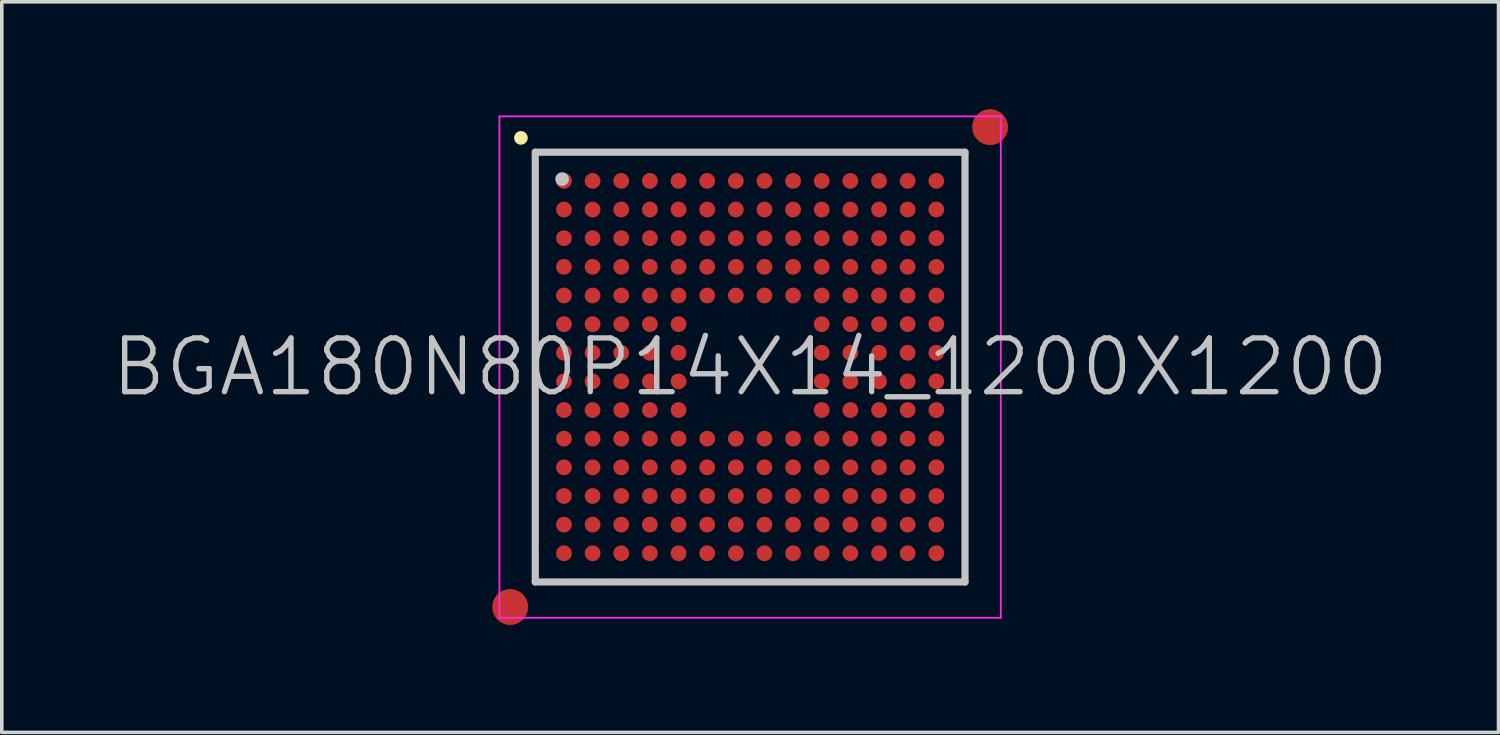
<source format=kicad_pcb>
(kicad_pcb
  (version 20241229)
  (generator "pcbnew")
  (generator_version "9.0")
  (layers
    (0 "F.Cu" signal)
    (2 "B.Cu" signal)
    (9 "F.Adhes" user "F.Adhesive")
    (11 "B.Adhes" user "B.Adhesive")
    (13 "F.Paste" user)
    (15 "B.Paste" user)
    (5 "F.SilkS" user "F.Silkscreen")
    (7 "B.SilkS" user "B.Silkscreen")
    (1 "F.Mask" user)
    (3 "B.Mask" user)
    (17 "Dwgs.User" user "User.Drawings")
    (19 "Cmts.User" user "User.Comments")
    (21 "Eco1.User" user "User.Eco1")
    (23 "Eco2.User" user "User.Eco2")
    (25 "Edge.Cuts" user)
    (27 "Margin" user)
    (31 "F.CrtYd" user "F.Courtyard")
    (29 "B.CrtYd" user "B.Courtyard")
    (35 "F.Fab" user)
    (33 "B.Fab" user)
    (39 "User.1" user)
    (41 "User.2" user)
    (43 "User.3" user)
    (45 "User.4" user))
  (footprint "BGA180N80P14X14_1200X1200"
    (layer "F.Cu")
    (at 17.896 7.2)
    (property "Reference" "BGA180N80P14X14_1200X1200" (at 0 0 0) (layer "Dwgs.User") (effects (font (size 1.5 1.5) (thickness 0.15))))
    (attr smd)
    (fp_line (start -6.4 -6.4) (end -6.4 -6.4) (stroke (width 0.381) (type solid)) (layer "F.SilkS"))
    (fp_line (start -6 -6) (end -6 6) (stroke (width 0.2) (type solid)) (layer "Dwgs.User"))
    (fp_line (start -6 -6) (end 6 -6) (stroke (width 0.2) (type solid)) (layer "Dwgs.User"))
    (fp_line (start -6 6) (end 6 6) (stroke (width 0.2) (type solid)) (layer "Dwgs.User"))
    (fp_line (start -5.25 -5.25) (end -5.25 -5.25) (stroke (width 0.381) (type solid)) (layer "Dwgs.User"))
    (fp_line (start 6 -6) (end 6 6) (stroke (width 0.2) (type solid)) (layer "Dwgs.User"))
    (fp_line (start -7 -7) (end -7 7) (stroke (width 0.05) (type solid)) (layer "F.CrtYd"))
    (fp_line (start -7 -7) (end 7 -7) (stroke (width 0.05) (type solid)) (layer "F.CrtYd"))
    (fp_line (start -7 7) (end 7 7) (stroke (width 0.05) (type solid)) (layer "F.CrtYd"))
    (fp_line (start 7 -7) (end 7 7) (stroke (width 0.05) (type solid)) (layer "F.CrtYd"))
    (pad "" smd circle (at -6.7 6.7) (size 1 1) (layers "F.Cu" "F.Mask"))
    (pad "" smd circle (at 6.7 -6.7) (size 1 1) (layers "F.Cu" "F.Mask"))
    (pad "A1" smd circle (at -5.199 -5.199 270) (size 0.44 0.44) (layers "F.Cu" "F.Mask" "F.Paste"))
    (pad "A2" smd circle (at -4.399 -5.199 270) (size 0.44 0.44) (layers "F.Cu" "F.Mask" "F.Paste"))
    (pad "A3" smd circle (at -3.599 -5.199 270) (size 0.44 0.44) (layers "F.Cu" "F.Mask" "F.Paste"))
    (pad "A4" smd circle (at -2.799 -5.199 270) (size 0.44 0.44) (layers "F.Cu" "F.Mask" "F.Paste"))
    (pad "A5" smd circle (at -1.999 -5.199 270) (size 0.44 0.44) (layers "F.Cu" "F.Mask" "F.Paste"))
    (pad "A6" smd circle (at -1.199 -5.199 270) (size 0.44 0.44) (layers "F.Cu" "F.Mask" "F.Paste"))
    (pad "A7" smd circle (at -0.399 -5.199 270) (size 0.44 0.44) (layers "F.Cu" "F.Mask" "F.Paste"))
    (pad "A8" smd circle (at 0.399 -5.199 270) (size 0.44 0.44) (layers "F.Cu" "F.Mask" "F.Paste"))
    (pad "A9" smd circle (at 1.199 -5.199 270) (size 0.44 0.44) (layers "F.Cu" "F.Mask" "F.Paste"))
    (pad "A10" smd circle (at 1.999 -5.199 270) (size 0.44 0.44) (layers "F.Cu" "F.Mask" "F.Paste"))
    (pad "A11" smd circle (at 2.799 -5.199 270) (size 0.44 0.44) (layers "F.Cu" "F.Mask" "F.Paste"))
    (pad "A12" smd circle (at 3.599 -5.199 270) (size 0.44 0.44) (layers "F.Cu" "F.Mask" "F.Paste"))
    (pad "A13" smd circle (at 4.399 -5.199 270) (size 0.44 0.44) (layers "F.Cu" "F.Mask" "F.Paste"))
    (pad "A14" smd circle (at 5.199 -5.199 270) (size 0.44 0.44) (layers "F.Cu" "F.Mask" "F.Paste"))
    (pad "B1" smd circle (at -5.199 -4.399 270) (size 0.44 0.44) (layers "F.Cu" "F.Mask" "F.Paste"))
    (pad "B2" smd circle (at -4.399 -4.399 270) (size 0.44 0.44) (layers "F.Cu" "F.Mask" "F.Paste"))
    (pad "B3" smd circle (at -3.599 -4.399 270) (size 0.44 0.44) (layers "F.Cu" "F.Mask" "F.Paste"))
    (pad "B4" smd circle (at -2.799 -4.399 270) (size 0.44 0.44) (layers "F.Cu" "F.Mask" "F.Paste"))
    (pad "B5" smd circle (at -1.999 -4.399 270) (size 0.44 0.44) (layers "F.Cu" "F.Mask" "F.Paste"))
    (pad "B6" smd circle (at -1.199 -4.399 270) (size 0.44 0.44) (layers "F.Cu" "F.Mask" "F.Paste"))
    (pad "B7" smd circle (at -0.399 -4.399 270) (size 0.44 0.44) (layers "F.Cu" "F.Mask" "F.Paste"))
    (pad "B8" smd circle (at 0.399 -4.399 270) (size 0.44 0.44) (layers "F.Cu" "F.Mask" "F.Paste"))
    (pad "B9" smd circle (at 1.199 -4.399 270) (size 0.44 0.44) (layers "F.Cu" "F.Mask" "F.Paste"))
    (pad "B10" smd circle (at 1.999 -4.399 270) (size 0.44 0.44) (layers "F.Cu" "F.Mask" "F.Paste"))
    (pad "B11" smd circle (at 2.799 -4.399 270) (size 0.44 0.44) (layers "F.Cu" "F.Mask" "F.Paste"))
    (pad "B12" smd circle (at 3.599 -4.399 270) (size 0.44 0.44) (layers "F.Cu" "F.Mask" "F.Paste"))
    (pad "B13" smd circle (at 4.399 -4.399 270) (size 0.44 0.44) (layers "F.Cu" "F.Mask" "F.Paste"))
    (pad "B14" smd circle (at 5.199 -4.399 270) (size 0.44 0.44) (layers "F.Cu" "F.Mask" "F.Paste"))
    (pad "C1" smd circle (at -5.199 -3.599 270) (size 0.44 0.44) (layers "F.Cu" "F.Mask" "F.Paste"))
    (pad "C2" smd circle (at -4.399 -3.599 270) (size 0.44 0.44) (layers "F.Cu" "F.Mask" "F.Paste"))
    (pad "C3" smd circle (at -3.599 -3.599 270) (size 0.44 0.44) (layers "F.Cu" "F.Mask" "F.Paste"))
    (pad "C4" smd circle (at -2.799 -3.599 270) (size 0.44 0.44) (layers "F.Cu" "F.Mask" "F.Paste"))
    (pad "C5" smd circle (at -1.999 -3.599 270) (size 0.44 0.44) (layers "F.Cu" "F.Mask" "F.Paste"))
    (pad "C6" smd circle (at -1.199 -3.599 270) (size 0.44 0.44) (layers "F.Cu" "F.Mask" "F.Paste"))
    (pad "C7" smd circle (at -0.399 -3.599 270) (size 0.44 0.44) (layers "F.Cu" "F.Mask" "F.Paste"))
    (pad "C8" smd circle (at 0.399 -3.599 270) (size 0.44 0.44) (layers "F.Cu" "F.Mask" "F.Paste"))
    (pad "C9" smd circle (at 1.199 -3.599 270) (size 0.44 0.44) (layers "F.Cu" "F.Mask" "F.Paste"))
    (pad "C10" smd circle (at 1.999 -3.599 270) (size 0.44 0.44) (layers "F.Cu" "F.Mask" "F.Paste"))
    (pad "C11" smd circle (at 2.799 -3.599 270) (size 0.44 0.44) (layers "F.Cu" "F.Mask" "F.Paste"))
    (pad "C12" smd circle (at 3.599 -3.599 270) (size 0.44 0.44) (layers "F.Cu" "F.Mask" "F.Paste"))
    (pad "C13" smd circle (at 4.399 -3.599 270) (size 0.44 0.44) (layers "F.Cu" "F.Mask" "F.Paste"))
    (pad "C14" smd circle (at 5.199 -3.599 270) (size 0.44 0.44) (layers "F.Cu" "F.Mask" "F.Paste"))
    (pad "D1" smd circle (at -5.199 -2.799 270) (size 0.44 0.44) (layers "F.Cu" "F.Mask" "F.Paste"))
    (pad "D2" smd circle (at -4.399 -2.799 270) (size 0.44 0.44) (layers "F.Cu" "F.Mask" "F.Paste"))
    (pad "D3" smd circle (at -3.599 -2.799 270) (size 0.44 0.44) (layers "F.Cu" "F.Mask" "F.Paste"))
    (pad "D4" smd circle (at -2.799 -2.799 270) (size 0.44 0.44) (layers "F.Cu" "F.Mask" "F.Paste"))
    (pad "D5" smd circle (at -1.999 -2.799 270) (size 0.44 0.44) (layers "F.Cu" "F.Mask" "F.Paste"))
    (pad "D6" smd circle (at -1.199 -2.799 270) (size 0.44 0.44) (layers "F.Cu" "F.Mask" "F.Paste"))
    (pad "D7" smd circle (at -0.399 -2.799 270) (size 0.44 0.44) (layers "F.Cu" "F.Mask" "F.Paste"))
    (pad "D8" smd circle (at 0.399 -2.799 270) (size 0.44 0.44) (layers "F.Cu" "F.Mask" "F.Paste"))
    (pad "D9" smd circle (at 1.199 -2.799 270) (size 0.44 0.44) (layers "F.Cu" "F.Mask" "F.Paste"))
    (pad "D10" smd circle (at 1.999 -2.799 270) (size 0.44 0.44) (layers "F.Cu" "F.Mask" "F.Paste"))
    (pad "D11" smd circle (at 2.799 -2.799 270) (size 0.44 0.44) (layers "F.Cu" "F.Mask" "F.Paste"))
    (pad "D12" smd circle (at 3.599 -2.799 270) (size 0.44 0.44) (layers "F.Cu" "F.Mask" "F.Paste"))
    (pad "D13" smd circle (at 4.399 -2.799 270) (size 0.44 0.44) (layers "F.Cu" "F.Mask" "F.Paste"))
    (pad "D14" smd circle (at 5.199 -2.799 270) (size 0.44 0.44) (layers "F.Cu" "F.Mask" "F.Paste"))
    (pad "E1" smd circle (at -5.199 -1.999 270) (size 0.44 0.44) (layers "F.Cu" "F.Mask" "F.Paste"))
    (pad "E2" smd circle (at -4.399 -1.999 270) (size 0.44 0.44) (layers "F.Cu" "F.Mask" "F.Paste"))
    (pad "E3" smd circle (at -3.599 -1.999 270) (size 0.44 0.44) (layers "F.Cu" "F.Mask" "F.Paste"))
    (pad "E4" smd circle (at -2.799 -1.999 270) (size 0.44 0.44) (layers "F.Cu" "F.Mask" "F.Paste"))
    (pad "E5" smd circle (at -1.999 -1.999 270) (size 0.44 0.44) (layers "F.Cu" "F.Mask" "F.Paste"))
    (pad "E6" smd circle (at -1.199 -1.999 270) (size 0.44 0.44) (layers "F.Cu" "F.Mask" "F.Paste"))
    (pad "E7" smd circle (at -0.399 -1.999 270) (size 0.44 0.44) (layers "F.Cu" "F.Mask" "F.Paste"))
    (pad "E8" smd circle (at 0.399 -1.999 270) (size 0.44 0.44) (layers "F.Cu" "F.Mask" "F.Paste"))
    (pad "E9" smd circle (at 1.199 -1.999 270) (size 0.44 0.44) (layers "F.Cu" "F.Mask" "F.Paste"))
    (pad "E10" smd circle (at 1.999 -1.999 270) (size 0.44 0.44) (layers "F.Cu" "F.Mask" "F.Paste"))
    (pad "E11" smd circle (at 2.799 -1.999 270) (size 0.44 0.44) (layers "F.Cu" "F.Mask" "F.Paste"))
    (pad "E12" smd circle (at 3.599 -1.999 270) (size 0.44 0.44) (layers "F.Cu" "F.Mask" "F.Paste"))
    (pad "E13" smd circle (at 4.399 -1.999 270) (size 0.44 0.44) (layers "F.Cu" "F.Mask" "F.Paste"))
    (pad "E14" smd circle (at 5.199 -1.999 270) (size 0.44 0.44) (layers "F.Cu" "F.Mask" "F.Paste"))
    (pad "F1" smd circle (at -5.199 -1.199 270) (size 0.44 0.44) (layers "F.Cu" "F.Mask" "F.Paste"))
    (pad "F2" smd circle (at -4.399 -1.199 270) (size 0.44 0.44) (layers "F.Cu" "F.Mask" "F.Paste"))
    (pad "F3" smd circle (at -3.599 -1.199 270) (size 0.44 0.44) (layers "F.Cu" "F.Mask" "F.Paste"))
    (pad "F4" smd circle (at -2.799 -1.199 270) (size 0.44 0.44) (layers "F.Cu" "F.Mask" "F.Paste"))
    (pad "F5" smd circle (at -1.999 -1.199 270) (size 0.44 0.44) (layers "F.Cu" "F.Mask" "F.Paste"))
    (pad "F10" smd circle (at 1.999 -1.199 270) (size 0.44 0.44) (layers "F.Cu" "F.Mask" "F.Paste"))
    (pad "F11" smd circle (at 2.799 -1.199 270) (size 0.44 0.44) (layers "F.Cu" "F.Mask" "F.Paste"))
    (pad "F12" smd circle (at 3.599 -1.199 270) (size 0.44 0.44) (layers "F.Cu" "F.Mask" "F.Paste"))
    (pad "F13" smd circle (at 4.399 -1.199 270) (size 0.44 0.44) (layers "F.Cu" "F.Mask" "F.Paste"))
    (pad "F14" smd circle (at 5.199 -1.199 270) (size 0.44 0.44) (layers "F.Cu" "F.Mask" "F.Paste"))
    (pad "G1" smd circle (at -5.199 -0.399 270) (size 0.44 0.44) (layers "F.Cu" "F.Mask" "F.Paste"))
    (pad "G2" smd circle (at -4.399 -0.399 270) (size 0.44 0.44) (layers "F.Cu" "F.Mask" "F.Paste"))
    (pad "G3" smd circle (at -3.599 -0.399 270) (size 0.44 0.44) (layers "F.Cu" "F.Mask" "F.Paste"))
    (pad "G4" smd circle (at -2.799 -0.399 270) (size 0.44 0.44) (layers "F.Cu" "F.Mask" "F.Paste"))
    (pad "G5" smd circle (at -1.999 -0.399 270) (size 0.44 0.44) (layers "F.Cu" "F.Mask" "F.Paste"))
    (pad "G10" smd circle (at 1.999 -0.399 270) (size 0.44 0.44) (layers "F.Cu" "F.Mask" "F.Paste"))
    (pad "G11" smd circle (at 2.799 -0.399 270) (size 0.44 0.44) (layers "F.Cu" "F.Mask" "F.Paste"))
    (pad "G12" smd circle (at 3.599 -0.399 270) (size 0.44 0.44) (layers "F.Cu" "F.Mask" "F.Paste"))
    (pad "G13" smd circle (at 4.399 -0.399 270) (size 0.44 0.44) (layers "F.Cu" "F.Mask" "F.Paste"))
    (pad "G14" smd circle (at 5.199 -0.399 270) (size 0.44 0.44) (layers "F.Cu" "F.Mask" "F.Paste"))
    (pad "H1" smd circle (at -5.199 0.399 270) (size 0.44 0.44) (layers "F.Cu" "F.Mask" "F.Paste"))
    (pad "H2" smd circle (at -4.399 0.399 270) (size 0.44 0.44) (layers "F.Cu" "F.Mask" "F.Paste"))
    (pad "H3" smd circle (at -3.599 0.399 270) (size 0.44 0.44) (layers "F.Cu" "F.Mask" "F.Paste"))
    (pad "H4" smd circle (at -2.799 0.399 270) (size 0.44 0.44) (layers "F.Cu" "F.Mask" "F.Paste"))
    (pad "H5" smd circle (at -1.999 0.399 270) (size 0.44 0.44) (layers "F.Cu" "F.Mask" "F.Paste"))
    (pad "H10" smd circle (at 1.999 0.399 270) (size 0.44 0.44) (layers "F.Cu" "F.Mask" "F.Paste"))
    (pad "H11" smd circle (at 2.799 0.399 270) (size 0.44 0.44) (layers "F.Cu" "F.Mask" "F.Paste"))
    (pad "H12" smd circle (at 3.599 0.399 270) (size 0.44 0.44) (layers "F.Cu" "F.Mask" "F.Paste"))
    (pad "H13" smd circle (at 4.399 0.399 270) (size 0.44 0.44) (layers "F.Cu" "F.Mask" "F.Paste"))
    (pad "H14" smd circle (at 5.199 0.399 270) (size 0.44 0.44) (layers "F.Cu" "F.Mask" "F.Paste"))
    (pad "J1" smd circle (at -5.199 1.199 270) (size 0.44 0.44) (layers "F.Cu" "F.Mask" "F.Paste"))
    (pad "J2" smd circle (at -4.399 1.199 270) (size 0.44 0.44) (layers "F.Cu" "F.Mask" "F.Paste"))
    (pad "J3" smd circle (at -3.599 1.199 270) (size 0.44 0.44) (layers "F.Cu" "F.Mask" "F.Paste"))
    (pad "J4" smd circle (at -2.799 1.199 270) (size 0.44 0.44) (layers "F.Cu" "F.Mask" "F.Paste"))
    (pad "J5" smd circle (at -1.999 1.199 270) (size 0.44 0.44) (layers "F.Cu" "F.Mask" "F.Paste"))
    (pad "J10" smd circle (at 1.999 1.199 270) (size 0.44 0.44) (layers "F.Cu" "F.Mask" "F.Paste"))
    (pad "J11" smd circle (at 2.799 1.199 270) (size 0.44 0.44) (layers "F.Cu" "F.Mask" "F.Paste"))
    (pad "J12" smd circle (at 3.599 1.199 270) (size 0.44 0.44) (layers "F.Cu" "F.Mask" "F.Paste"))
    (pad "J13" smd circle (at 4.399 1.199 270) (size 0.44 0.44) (layers "F.Cu" "F.Mask" "F.Paste"))
    (pad "J14" smd circle (at 5.199 1.199 270) (size 0.44 0.44) (layers "F.Cu" "F.Mask" "F.Paste"))
    (pad "K1" smd circle (at -5.199 1.999 270) (size 0.44 0.44) (layers "F.Cu" "F.Mask" "F.Paste"))
    (pad "K2" smd circle (at -4.399 1.999 270) (size 0.44 0.44) (layers "F.Cu" "F.Mask" "F.Paste"))
    (pad "K3" smd circle (at -3.599 1.999 270) (size 0.44 0.44) (layers "F.Cu" "F.Mask" "F.Paste"))
    (pad "K4" smd circle (at -2.799 1.999 270) (size 0.44 0.44) (layers "F.Cu" "F.Mask" "F.Paste"))
    (pad "K5" smd circle (at -1.999 1.999 270) (size 0.44 0.44) (layers "F.Cu" "F.Mask" "F.Paste"))
    (pad "K6" smd circle (at -1.199 1.999 270) (size 0.44 0.44) (layers "F.Cu" "F.Mask" "F.Paste"))
    (pad "K7" smd circle (at -0.399 1.999 270) (size 0.44 0.44) (layers "F.Cu" "F.Mask" "F.Paste"))
    (pad "K8" smd circle (at 0.399 1.999 270) (size 0.44 0.44) (layers "F.Cu" "F.Mask" "F.Paste"))
    (pad "K9" smd circle (at 1.199 1.999 270) (size 0.44 0.44) (layers "F.Cu" "F.Mask" "F.Paste"))
    (pad "K10" smd circle (at 1.999 1.999 270) (size 0.44 0.44) (layers "F.Cu" "F.Mask" "F.Paste"))
    (pad "K11" smd circle (at 2.799 1.999 270) (size 0.44 0.44) (layers "F.Cu" "F.Mask" "F.Paste"))
    (pad "K12" smd circle (at 3.599 1.999 270) (size 0.44 0.44) (layers "F.Cu" "F.Mask" "F.Paste"))
    (pad "K13" smd circle (at 4.399 1.999 270) (size 0.44 0.44) (layers "F.Cu" "F.Mask" "F.Paste"))
    (pad "K14" smd circle (at 5.199 1.999 270) (size 0.44 0.44) (layers "F.Cu" "F.Mask" "F.Paste"))
    (pad "L1" smd circle (at -5.199 2.799 270) (size 0.44 0.44) (layers "F.Cu" "F.Mask" "F.Paste"))
    (pad "L2" smd circle (at -4.399 2.799 270) (size 0.44 0.44) (layers "F.Cu" "F.Mask" "F.Paste"))
    (pad "L3" smd circle (at -3.599 2.799 270) (size 0.44 0.44) (layers "F.Cu" "F.Mask" "F.Paste"))
    (pad "L4" smd circle (at -2.799 2.799 270) (size 0.44 0.44) (layers "F.Cu" "F.Mask" "F.Paste"))
    (pad "L5" smd circle (at -1.999 2.799 270) (size 0.44 0.44) (layers "F.Cu" "F.Mask" "F.Paste"))
    (pad "L6" smd circle (at -1.199 2.799 270) (size 0.44 0.44) (layers "F.Cu" "F.Mask" "F.Paste"))
    (pad "L7" smd circle (at -0.399 2.799 270) (size 0.44 0.44) (layers "F.Cu" "F.Mask" "F.Paste"))
    (pad "L8" smd circle (at 0.399 2.799 270) (size 0.44 0.44) (layers "F.Cu" "F.Mask" "F.Paste"))
    (pad "L9" smd circle (at 1.199 2.799 270) (size 0.44 0.44) (layers "F.Cu" "F.Mask" "F.Paste"))
    (pad "L10" smd circle (at 1.999 2.799 270) (size 0.44 0.44) (layers "F.Cu" "F.Mask" "F.Paste"))
    (pad "L11" smd circle (at 2.799 2.799 270) (size 0.44 0.44) (layers "F.Cu" "F.Mask" "F.Paste"))
    (pad "L12" smd circle (at 3.599 2.799 270) (size 0.44 0.44) (layers "F.Cu" "F.Mask" "F.Paste"))
    (pad "L13" smd circle (at 4.399 2.799 270) (size 0.44 0.44) (layers "F.Cu" "F.Mask" "F.Paste"))
    (pad "L14" smd circle (at 5.199 2.799 270) (size 0.44 0.44) (layers "F.Cu" "F.Mask" "F.Paste"))
    (pad "M1" smd circle (at -5.199 3.599 270) (size 0.44 0.44) (layers "F.Cu" "F.Mask" "F.Paste"))
    (pad "M2" smd circle (at -4.399 3.599 270) (size 0.44 0.44) (layers "F.Cu" "F.Mask" "F.Paste"))
    (pad "M3" smd circle (at -3.599 3.599 270) (size 0.44 0.44) (layers "F.Cu" "F.Mask" "F.Paste"))
    (pad "M4" smd circle (at -2.799 3.599 270) (size 0.44 0.44) (layers "F.Cu" "F.Mask" "F.Paste"))
    (pad "M5" smd circle (at -1.999 3.599 270) (size 0.44 0.44) (layers "F.Cu" "F.Mask" "F.Paste"))
    (pad "M6" smd circle (at -1.199 3.599 270) (size 0.44 0.44) (layers "F.Cu" "F.Mask" "F.Paste"))
    (pad "M7" smd circle (at -0.399 3.599 270) (size 0.44 0.44) (layers "F.Cu" "F.Mask" "F.Paste"))
    (pad "M8" smd circle (at 0.399 3.599 270) (size 0.44 0.44) (layers "F.Cu" "F.Mask" "F.Paste"))
    (pad "M9" smd circle (at 1.199 3.599 270) (size 0.44 0.44) (layers "F.Cu" "F.Mask" "F.Paste"))
    (pad "M10" smd circle (at 1.999 3.599 270) (size 0.44 0.44) (layers "F.Cu" "F.Mask" "F.Paste"))
    (pad "M11" smd circle (at 2.799 3.599 270) (size 0.44 0.44) (layers "F.Cu" "F.Mask" "F.Paste"))
    (pad "M12" smd circle (at 3.599 3.599 270) (size 0.44 0.44) (layers "F.Cu" "F.Mask" "F.Paste"))
    (pad "M13" smd circle (at 4.399 3.599 270) (size 0.44 0.44) (layers "F.Cu" "F.Mask" "F.Paste"))
    (pad "M14" smd circle (at 5.199 3.599 270) (size 0.44 0.44) (layers "F.Cu" "F.Mask" "F.Paste"))
    (pad "N1" smd circle (at -5.199 4.399 270) (size 0.44 0.44) (layers "F.Cu" "F.Mask" "F.Paste"))
    (pad "N2" smd circle (at -4.399 4.399 270) (size 0.44 0.44) (layers "F.Cu" "F.Mask" "F.Paste"))
    (pad "N3" smd circle (at -3.599 4.399 270) (size 0.44 0.44) (layers "F.Cu" "F.Mask" "F.Paste"))
    (pad "N4" smd circle (at -2.799 4.399 270) (size 0.44 0.44) (layers "F.Cu" "F.Mask" "F.Paste"))
    (pad "N5" smd circle (at -1.999 4.399 270) (size 0.44 0.44) (layers "F.Cu" "F.Mask" "F.Paste"))
    (pad "N6" smd circle (at -1.199 4.399 270) (size 0.44 0.44) (layers "F.Cu" "F.Mask" "F.Paste"))
    (pad "N7" smd circle (at -0.399 4.399 270) (size 0.44 0.44) (layers "F.Cu" "F.Mask" "F.Paste"))
    (pad "N8" smd circle (at 0.399 4.399 270) (size 0.44 0.44) (layers "F.Cu" "F.Mask" "F.Paste"))
    (pad "N9" smd circle (at 1.199 4.399 270) (size 0.44 0.44) (layers "F.Cu" "F.Mask" "F.Paste"))
    (pad "N10" smd circle (at 1.999 4.399 270) (size 0.44 0.44) (layers "F.Cu" "F.Mask" "F.Paste"))
    (pad "N11" smd circle (at 2.799 4.399 270) (size 0.44 0.44) (layers "F.Cu" "F.Mask" "F.Paste"))
    (pad "N12" smd circle (at 3.599 4.399 270) (size 0.44 0.44) (layers "F.Cu" "F.Mask" "F.Paste"))
    (pad "N13" smd circle (at 4.399 4.399 270) (size 0.44 0.44) (layers "F.Cu" "F.Mask" "F.Paste"))
    (pad "N14" smd circle (at 5.199 4.399 270) (size 0.44 0.44) (layers "F.Cu" "F.Mask" "F.Paste"))
    (pad "P1" smd circle (at -5.199 5.199 270) (size 0.44 0.44) (layers "F.Cu" "F.Mask" "F.Paste"))
    (pad "P2" smd circle (at -4.399 5.199 270) (size 0.44 0.44) (layers "F.Cu" "F.Mask" "F.Paste"))
    (pad "P3" smd circle (at -3.599 5.199 270) (size 0.44 0.44) (layers "F.Cu" "F.Mask" "F.Paste"))
    (pad "P4" smd circle (at -2.799 5.199 270) (size 0.44 0.44) (layers "F.Cu" "F.Mask" "F.Paste"))
    (pad "P5" smd circle (at -1.999 5.199 270) (size 0.44 0.44) (layers "F.Cu" "F.Mask" "F.Paste"))
    (pad "P6" smd circle (at -1.199 5.199 270) (size 0.44 0.44) (layers "F.Cu" "F.Mask" "F.Paste"))
    (pad "P7" smd circle (at -0.399 5.199 270) (size 0.44 0.44) (layers "F.Cu" "F.Mask" "F.Paste"))
    (pad "P8" smd circle (at 0.399 5.199 270) (size 0.44 0.44) (layers "F.Cu" "F.Mask" "F.Paste"))
    (pad "P9" smd circle (at 1.199 5.199 270) (size 0.44 0.44) (layers "F.Cu" "F.Mask" "F.Paste"))
    (pad "P10" smd circle (at 1.999 5.199 270) (size 0.44 0.44) (layers "F.Cu" "F.Mask" "F.Paste"))
    (pad "P11" smd circle (at 2.799 5.199 270) (size 0.44 0.44) (layers "F.Cu" "F.Mask" "F.Paste"))
    (pad "P12" smd circle (at 3.599 5.199 270) (size 0.44 0.44) (layers "F.Cu" "F.Mask" "F.Paste"))
    (pad "P13" smd circle (at 4.399 5.199 270) (size 0.44 0.44) (layers "F.Cu" "F.Mask" "F.Paste"))
    (pad "P14" smd circle (at 5.199 5.199 270) (size 0.44 0.44) (layers "F.Cu" "F.Mask" "F.Paste")))
  (gr_rect
    (start -3 -3)
    (end 38.793 17.4)
    (stroke (width 0.1) (type default))
    (fill no)
    (layer "Edge.Cuts")))
</source>
